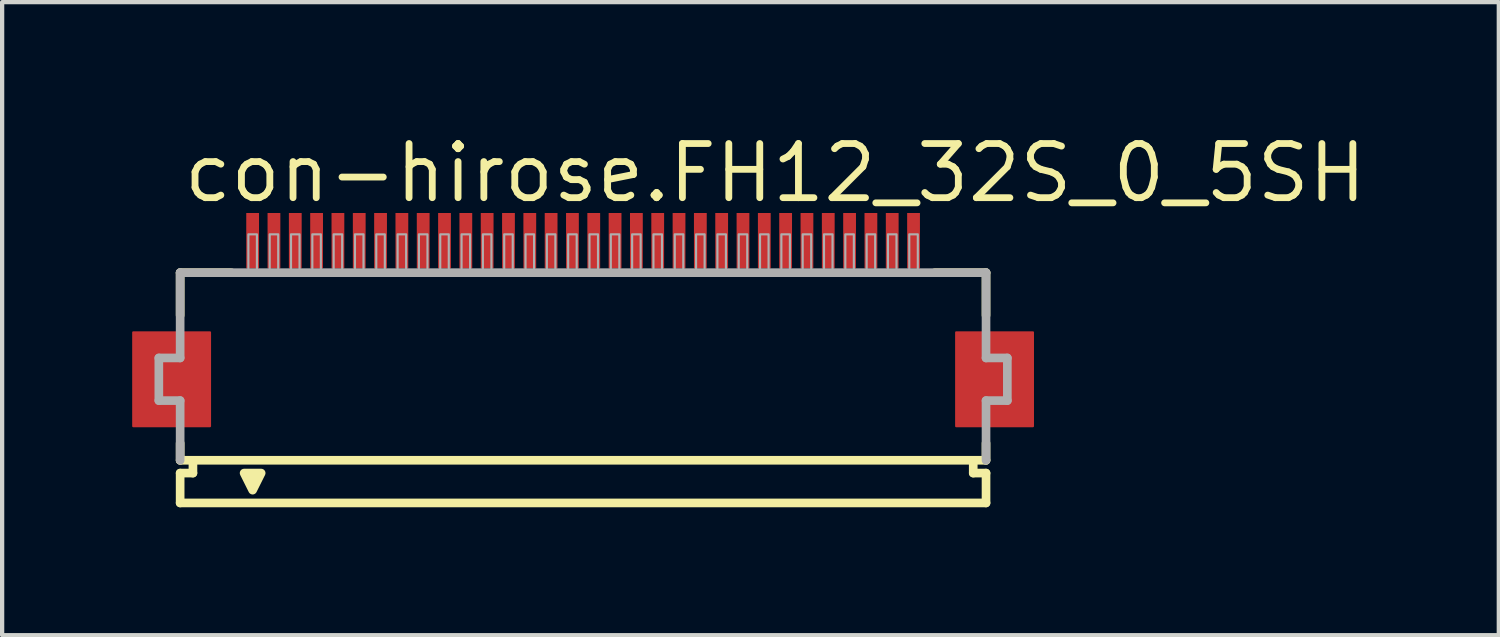
<source format=kicad_pcb>
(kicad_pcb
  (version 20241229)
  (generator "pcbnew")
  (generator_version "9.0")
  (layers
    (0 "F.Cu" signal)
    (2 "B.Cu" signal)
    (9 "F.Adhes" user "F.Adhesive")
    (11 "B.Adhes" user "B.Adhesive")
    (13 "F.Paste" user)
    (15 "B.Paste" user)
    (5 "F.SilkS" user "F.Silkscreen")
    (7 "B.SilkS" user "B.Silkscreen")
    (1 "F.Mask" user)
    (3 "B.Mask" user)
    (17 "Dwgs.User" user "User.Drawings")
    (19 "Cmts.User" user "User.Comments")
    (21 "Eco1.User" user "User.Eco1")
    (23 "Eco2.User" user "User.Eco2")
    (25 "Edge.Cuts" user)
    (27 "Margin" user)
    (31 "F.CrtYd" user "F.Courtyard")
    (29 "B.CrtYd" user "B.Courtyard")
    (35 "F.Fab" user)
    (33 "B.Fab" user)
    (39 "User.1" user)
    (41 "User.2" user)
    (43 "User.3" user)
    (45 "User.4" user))
  (footprint "con-hirose.FH12_32S_0_5SH"
    (layer "F.Cu")
    (at 10.625 5.845)
    (property "Reference" "con-hirose.FH12_32S_0_5SH" (at -9.448 -4.095 0) (layer "F.SilkS") (effects (font (size 1.27 1.27) (thickness 0.16)) (justify left bottom)))
    (attr smd)
    (fp_rect (start -10.55 1.1) (end -8.75 -1.1) (stroke (width 0.05) (type default)) (fill yes) (layer "F.Cu"))
    (fp_rect (start 8.75 1.1) (end 10.55 -1.1) (stroke (width 0.05) (type default)) (fill yes) (layer "F.Cu"))
    (fp_rect (start -10.6 1.175) (end -8.7 -1.175) (stroke (width 0.05) (type default)) (fill yes) (layer "F.Mask"))
    (fp_rect (start -7.95 -2.55) (end -7.55 -3.95) (stroke (width 0.05) (type default)) (fill yes) (layer "F.Mask"))
    (fp_rect (start -7.45 -2.55) (end -7.05 -3.95) (stroke (width 0.05) (type default)) (fill yes) (layer "F.Mask"))
    (fp_rect (start -6.95 -2.55) (end -6.55 -3.95) (stroke (width 0.05) (type default)) (fill yes) (layer "F.Mask"))
    (fp_rect (start -6.45 -2.55) (end -6.05 -3.95) (stroke (width 0.05) (type default)) (fill yes) (layer "F.Mask"))
    (fp_rect (start -5.95 -2.55) (end -5.55 -3.95) (stroke (width 0.05) (type default)) (fill yes) (layer "F.Mask"))
    (fp_rect (start -5.45 -2.55) (end -5.05 -3.95) (stroke (width 0.05) (type default)) (fill yes) (layer "F.Mask"))
    (fp_rect (start -4.95 -2.55) (end -4.55 -3.95) (stroke (width 0.05) (type default)) (fill yes) (layer "F.Mask"))
    (fp_rect (start -4.45 -2.55) (end -4.05 -3.95) (stroke (width 0.05) (type default)) (fill yes) (layer "F.Mask"))
    (fp_rect (start -3.95 -2.55) (end -3.55 -3.95) (stroke (width 0.05) (type default)) (fill yes) (layer "F.Mask"))
    (fp_rect (start -3.45 -2.55) (end -3.05 -3.95) (stroke (width 0.05) (type default)) (fill yes) (layer "F.Mask"))
    (fp_rect (start -2.95 -2.55) (end -2.55 -3.95) (stroke (width 0.05) (type default)) (fill yes) (layer "F.Mask"))
    (fp_rect (start -2.45 -2.55) (end -2.05 -3.95) (stroke (width 0.05) (type default)) (fill yes) (layer "F.Mask"))
    (fp_rect (start -1.95 -2.55) (end -1.55 -3.95) (stroke (width 0.05) (type default)) (fill yes) (layer "F.Mask"))
    (fp_rect (start -1.45 -2.55) (end -1.05 -3.95) (stroke (width 0.05) (type default)) (fill yes) (layer "F.Mask"))
    (fp_rect (start -0.95 -2.55) (end -0.55 -3.95) (stroke (width 0.05) (type default)) (fill yes) (layer "F.Mask"))
    (fp_rect (start -0.45 -2.55) (end -0.05 -3.95) (stroke (width 0.05) (type default)) (fill yes) (layer "F.Mask"))
    (fp_rect (start 0.05 -2.55) (end 0.45 -3.95) (stroke (width 0.05) (type default)) (fill yes) (layer "F.Mask"))
    (fp_rect (start 0.55 -2.55) (end 0.95 -3.95) (stroke (width 0.05) (type default)) (fill yes) (layer "F.Mask"))
    (fp_rect (start 1.05 -2.55) (end 1.45 -3.95) (stroke (width 0.05) (type default)) (fill yes) (layer "F.Mask"))
    (fp_rect (start 1.55 -2.55) (end 1.95 -3.95) (stroke (width 0.05) (type default)) (fill yes) (layer "F.Mask"))
    (fp_rect (start 2.05 -2.55) (end 2.45 -3.95) (stroke (width 0.05) (type default)) (fill yes) (layer "F.Mask"))
    (fp_rect (start 2.55 -2.55) (end 2.95 -3.95) (stroke (width 0.05) (type default)) (fill yes) (layer "F.Mask"))
    (fp_rect (start 3.05 -2.55) (end 3.45 -3.95) (stroke (width 0.05) (type default)) (fill yes) (layer "F.Mask"))
    (fp_rect (start 3.55 -2.55) (end 3.95 -3.95) (stroke (width 0.05) (type default)) (fill yes) (layer "F.Mask"))
    (fp_rect (start 4.05 -2.55) (end 4.45 -3.95) (stroke (width 0.05) (type default)) (fill yes) (layer "F.Mask"))
    (fp_rect (start 4.55 -2.55) (end 4.95 -3.95) (stroke (width 0.05) (type default)) (fill yes) (layer "F.Mask"))
    (fp_rect (start 5.05 -2.55) (end 5.45 -3.95) (stroke (width 0.05) (type default)) (fill yes) (layer "F.Mask"))
    (fp_rect (start 5.55 -2.55) (end 5.95 -3.95) (stroke (width 0.05) (type default)) (fill yes) (layer "F.Mask"))
    (fp_rect (start 6.05 -2.55) (end 6.45 -3.95) (stroke (width 0.05) (type default)) (fill yes) (layer "F.Mask"))
    (fp_rect (start 6.55 -2.55) (end 6.95 -3.95) (stroke (width 0.05) (type default)) (fill yes) (layer "F.Mask"))
    (fp_rect (start 7.05 -2.55) (end 7.45 -3.95) (stroke (width 0.05) (type default)) (fill yes) (layer "F.Mask"))
    (fp_rect (start 7.55 -2.55) (end 7.95 -3.95) (stroke (width 0.05) (type default)) (fill yes) (layer "F.Mask"))
    (fp_rect (start 8.7 1.175) (end 10.6 -1.175) (stroke (width 0.05) (type default)) (fill yes) (layer "F.Mask"))
    (fp_line (start -9.45 -2.5) (end -9.45 -1.5) (stroke (width 0.203) (type default)) (layer "F.SilkS"))
    (fp_line (start -9.45 1.5) (end -9.45 1.9) (stroke (width 0.203) (type default)) (layer "F.SilkS"))
    (fp_line (start -9.45 1.9) (end -9.15 1.9) (stroke (width 0.203) (type default)) (layer "F.SilkS"))
    (fp_line (start -9.45 2.2) (end -9.45 2.9) (stroke (width 0.203) (type default)) (layer "F.SilkS"))
    (fp_line (start -9.15 1.9) (end -9.15 2.2) (stroke (width 0.203) (type default)) (layer "F.SilkS"))
    (fp_line (start -9.15 2.2) (end -9.45 2.2) (stroke (width 0.203) (type default)) (layer "F.SilkS"))
    (fp_line (start -8.25 -2.5) (end -9.45 -2.5) (stroke (width 0.203) (type default)) (layer "F.SilkS"))
    (fp_line (start 9.15 1.9) (end -9.15 1.9) (stroke (width 0.203) (type default)) (layer "F.SilkS"))
    (fp_line (start 9.15 1.9) (end 9.45 1.9) (stroke (width 0.203) (type default)) (layer "F.SilkS"))
    (fp_line (start 9.15 2.2) (end 9.15 1.9) (stroke (width 0.203) (type default)) (layer "F.SilkS"))
    (fp_line (start 9.45 -2.5) (end 8.25 -2.5) (stroke (width 0.203) (type default)) (layer "F.SilkS"))
    (fp_line (start 9.45 -1.5) (end 9.45 -2.5) (stroke (width 0.203) (type default)) (layer "F.SilkS"))
    (fp_line (start 9.45 1.9) (end 9.45 1.5) (stroke (width 0.203) (type default)) (layer "F.SilkS"))
    (fp_line (start 9.45 2.2) (end 9.15 2.2) (stroke (width 0.203) (type default)) (layer "F.SilkS"))
    (fp_line (start 9.45 2.9) (end -9.45 2.9) (stroke (width 0.203) (type default)) (layer "F.SilkS"))
    (fp_line (start 9.45 2.9) (end 9.45 2.2) (stroke (width 0.203) (type default)) (layer "F.SilkS"))
    (fp_poly (pts (xy -7.95 2.2) (xy -7.75 2.6) (xy -7.55 2.2)) (stroke (width 0.203) (type default)) (fill yes) (layer "F.SilkS"))
    (fp_rect (start -10.475 1.025) (end -8.825 -1.025) (stroke (width 0.05) (type default)) (fill yes) (layer "F.Paste"))
    (fp_rect (start -7.875 -2.625) (end -7.625 -3.875) (stroke (width 0.05) (type default)) (fill yes) (layer "F.Paste"))
    (fp_rect (start -7.375 -2.625) (end -7.125 -3.875) (stroke (width 0.05) (type default)) (fill yes) (layer "F.Paste"))
    (fp_rect (start -6.875 -2.625) (end -6.625 -3.875) (stroke (width 0.05) (type default)) (fill yes) (layer "F.Paste"))
    (fp_rect (start -6.375 -2.625) (end -6.125 -3.875) (stroke (width 0.05) (type default)) (fill yes) (layer "F.Paste"))
    (fp_rect (start -5.875 -2.625) (end -5.625 -3.875) (stroke (width 0.05) (type default)) (fill yes) (layer "F.Paste"))
    (fp_rect (start -5.375 -2.625) (end -5.125 -3.875) (stroke (width 0.05) (type default)) (fill yes) (layer "F.Paste"))
    (fp_rect (start -4.875 -2.625) (end -4.625 -3.875) (stroke (width 0.05) (type default)) (fill yes) (layer "F.Paste"))
    (fp_rect (start -4.375 -2.625) (end -4.125 -3.875) (stroke (width 0.05) (type default)) (fill yes) (layer "F.Paste"))
    (fp_rect (start -3.875 -2.625) (end -3.625 -3.875) (stroke (width 0.05) (type default)) (fill yes) (layer "F.Paste"))
    (fp_rect (start -3.375 -2.625) (end -3.125 -3.875) (stroke (width 0.05) (type default)) (fill yes) (layer "F.Paste"))
    (fp_rect (start -2.875 -2.625) (end -2.625 -3.875) (stroke (width 0.05) (type default)) (fill yes) (layer "F.Paste"))
    (fp_rect (start -2.375 -2.625) (end -2.125 -3.875) (stroke (width 0.05) (type default)) (fill yes) (layer "F.Paste"))
    (fp_rect (start -1.875 -2.625) (end -1.625 -3.875) (stroke (width 0.05) (type default)) (fill yes) (layer "F.Paste"))
    (fp_rect (start -1.375 -2.625) (end -1.125 -3.875) (stroke (width 0.05) (type default)) (fill yes) (layer "F.Paste"))
    (fp_rect (start -0.875 -2.625) (end -0.625 -3.875) (stroke (width 0.05) (type default)) (fill yes) (layer "F.Paste"))
    (fp_rect (start -0.375 -2.625) (end -0.125 -3.875) (stroke (width 0.05) (type default)) (fill yes) (layer "F.Paste"))
    (fp_rect (start 0.125 -2.625) (end 0.375 -3.875) (stroke (width 0.05) (type default)) (fill yes) (layer "F.Paste"))
    (fp_rect (start 0.625 -2.625) (end 0.875 -3.875) (stroke (width 0.05) (type default)) (fill yes) (layer "F.Paste"))
    (fp_rect (start 1.125 -2.625) (end 1.375 -3.875) (stroke (width 0.05) (type default)) (fill yes) (layer "F.Paste"))
    (fp_rect (start 1.625 -2.625) (end 1.875 -3.875) (stroke (width 0.05) (type default)) (fill yes) (layer "F.Paste"))
    (fp_rect (start 2.125 -2.625) (end 2.375 -3.875) (stroke (width 0.05) (type default)) (fill yes) (layer "F.Paste"))
    (fp_rect (start 2.625 -2.625) (end 2.875 -3.875) (stroke (width 0.05) (type default)) (fill yes) (layer "F.Paste"))
    (fp_rect (start 3.125 -2.625) (end 3.375 -3.875) (stroke (width 0.05) (type default)) (fill yes) (layer "F.Paste"))
    (fp_rect (start 3.625 -2.625) (end 3.875 -3.875) (stroke (width 0.05) (type default)) (fill yes) (layer "F.Paste"))
    (fp_rect (start 4.125 -2.625) (end 4.375 -3.875) (stroke (width 0.05) (type default)) (fill yes) (layer "F.Paste"))
    (fp_rect (start 4.625 -2.625) (end 4.875 -3.875) (stroke (width 0.05) (type default)) (fill yes) (layer "F.Paste"))
    (fp_rect (start 5.125 -2.625) (end 5.375 -3.875) (stroke (width 0.05) (type default)) (fill yes) (layer "F.Paste"))
    (fp_rect (start 5.625 -2.625) (end 5.875 -3.875) (stroke (width 0.05) (type default)) (fill yes) (layer "F.Paste"))
    (fp_rect (start 6.125 -2.625) (end 6.375 -3.875) (stroke (width 0.05) (type default)) (fill yes) (layer "F.Paste"))
    (fp_rect (start 6.625 -2.625) (end 6.875 -3.875) (stroke (width 0.05) (type default)) (fill yes) (layer "F.Paste"))
    (fp_rect (start 7.125 -2.625) (end 7.375 -3.875) (stroke (width 0.05) (type default)) (fill yes) (layer "F.Paste"))
    (fp_rect (start 7.625 -2.625) (end 7.875 -3.875) (stroke (width 0.05) (type default)) (fill yes) (layer "F.Paste"))
    (fp_rect (start 8.825 1.025) (end 10.475 -1.025) (stroke (width 0.05) (type default)) (fill yes) (layer "F.Paste"))
    (fp_line (start -9.95 -0.5) (end -9.95 0.5) (stroke (width 0.203) (type default)) (layer "F.Fab"))
    (fp_line (start -9.95 0.5) (end -9.45 0.5) (stroke (width 0.203) (type default)) (layer "F.Fab"))
    (fp_line (start -9.45 -2.5) (end -9.45 -0.5) (stroke (width 0.203) (type default)) (layer "F.Fab"))
    (fp_line (start -9.45 -0.5) (end -9.95 -0.5) (stroke (width 0.203) (type default)) (layer "F.Fab"))
    (fp_line (start -9.45 0.5) (end -9.45 1.9) (stroke (width 0.203) (type default)) (layer "F.Fab"))
    (fp_line (start 9.45 -2.5) (end -9.45 -2.5) (stroke (width 0.203) (type default)) (layer "F.Fab"))
    (fp_line (start 9.45 -0.5) (end 9.45 -2.5) (stroke (width 0.203) (type default)) (layer "F.Fab"))
    (fp_line (start 9.45 0.5) (end 9.95 0.5) (stroke (width 0.203) (type default)) (layer "F.Fab"))
    (fp_line (start 9.45 1.9) (end 9.45 0.5) (stroke (width 0.203) (type default)) (layer "F.Fab"))
    (fp_line (start 9.95 -0.5) (end 9.45 -0.5) (stroke (width 0.203) (type default)) (layer "F.Fab"))
    (fp_line (start 9.95 0.5) (end 9.95 -0.5) (stroke (width 0.203) (type default)) (layer "F.Fab"))
    (fp_rect (start -7.85 -2.55) (end -7.65 -3.4) (stroke (width 0.05) (type default)) (fill no) (layer "F.Fab"))
    (fp_rect (start -7.35 -2.55) (end -7.15 -3.4) (stroke (width 0.05) (type default)) (fill no) (layer "F.Fab"))
    (fp_rect (start -6.85 -2.55) (end -6.65 -3.4) (stroke (width 0.05) (type default)) (fill no) (layer "F.Fab"))
    (fp_rect (start -6.35 -2.55) (end -6.15 -3.4) (stroke (width 0.05) (type default)) (fill no) (layer "F.Fab"))
    (fp_rect (start -5.85 -2.55) (end -5.65 -3.4) (stroke (width 0.05) (type default)) (fill no) (layer "F.Fab"))
    (fp_rect (start -5.35 -2.55) (end -5.15 -3.4) (stroke (width 0.05) (type default)) (fill no) (layer "F.Fab"))
    (fp_rect (start -4.85 -2.55) (end -4.65 -3.4) (stroke (width 0.05) (type default)) (fill no) (layer "F.Fab"))
    (fp_rect (start -4.35 -2.55) (end -4.15 -3.4) (stroke (width 0.05) (type default)) (fill no) (layer "F.Fab"))
    (fp_rect (start -3.85 -2.55) (end -3.65 -3.4) (stroke (width 0.05) (type default)) (fill no) (layer "F.Fab"))
    (fp_rect (start -3.35 -2.55) (end -3.15 -3.4) (stroke (width 0.05) (type default)) (fill no) (layer "F.Fab"))
    (fp_rect (start -2.85 -2.55) (end -2.65 -3.4) (stroke (width 0.05) (type default)) (fill no) (layer "F.Fab"))
    (fp_rect (start -2.35 -2.55) (end -2.15 -3.4) (stroke (width 0.05) (type default)) (fill no) (layer "F.Fab"))
    (fp_rect (start -1.85 -2.55) (end -1.65 -3.4) (stroke (width 0.05) (type default)) (fill no) (layer "F.Fab"))
    (fp_rect (start -1.35 -2.55) (end -1.15 -3.4) (stroke (width 0.05) (type default)) (fill no) (layer "F.Fab"))
    (fp_rect (start -0.85 -2.55) (end -0.65 -3.4) (stroke (width 0.05) (type default)) (fill no) (layer "F.Fab"))
    (fp_rect (start -0.35 -2.55) (end -0.15 -3.4) (stroke (width 0.05) (type default)) (fill no) (layer "F.Fab"))
    (fp_rect (start 0.15 -2.55) (end 0.35 -3.4) (stroke (width 0.05) (type default)) (fill no) (layer "F.Fab"))
    (fp_rect (start 0.65 -2.55) (end 0.85 -3.4) (stroke (width 0.05) (type default)) (fill no) (layer "F.Fab"))
    (fp_rect (start 1.15 -2.55) (end 1.35 -3.4) (stroke (width 0.05) (type default)) (fill no) (layer "F.Fab"))
    (fp_rect (start 1.65 -2.55) (end 1.85 -3.4) (stroke (width 0.05) (type default)) (fill no) (layer "F.Fab"))
    (fp_rect (start 2.15 -2.55) (end 2.35 -3.4) (stroke (width 0.05) (type default)) (fill no) (layer "F.Fab"))
    (fp_rect (start 2.65 -2.55) (end 2.85 -3.4) (stroke (width 0.05) (type default)) (fill no) (layer "F.Fab"))
    (fp_rect (start 3.15 -2.55) (end 3.35 -3.4) (stroke (width 0.05) (type default)) (fill no) (layer "F.Fab"))
    (fp_rect (start 3.65 -2.55) (end 3.85 -3.4) (stroke (width 0.05) (type default)) (fill no) (layer "F.Fab"))
    (fp_rect (start 4.15 -2.55) (end 4.35 -3.4) (stroke (width 0.05) (type default)) (fill no) (layer "F.Fab"))
    (fp_rect (start 4.65 -2.55) (end 4.85 -3.4) (stroke (width 0.05) (type default)) (fill no) (layer "F.Fab"))
    (fp_rect (start 5.15 -2.55) (end 5.35 -3.4) (stroke (width 0.05) (type default)) (fill no) (layer "F.Fab"))
    (fp_rect (start 5.65 -2.55) (end 5.85 -3.4) (stroke (width 0.05) (type default)) (fill no) (layer "F.Fab"))
    (fp_rect (start 6.15 -2.55) (end 6.35 -3.4) (stroke (width 0.05) (type default)) (fill no) (layer "F.Fab"))
    (fp_rect (start 6.65 -2.55) (end 6.85 -3.4) (stroke (width 0.05) (type default)) (fill no) (layer "F.Fab"))
    (fp_rect (start 7.15 -2.55) (end 7.35 -3.4) (stroke (width 0.05) (type default)) (fill no) (layer "F.Fab"))
    (fp_rect (start 7.65 -2.55) (end 7.85 -3.4) (stroke (width 0.05) (type default)) (fill no) (layer "F.Fab"))
    (pad "1" smd roundrect (at -7.75 -3.25) (size 0.3 1.3) (layers "F.Cu" "F.Mask" "F.Paste") (roundrect_rratio 0.01))
    (pad "2" smd roundrect (at -7.25 -3.25) (size 0.3 1.3) (layers "F.Cu" "F.Mask" "F.Paste") (roundrect_rratio 0.01))
    (pad "3" smd roundrect (at -6.75 -3.25) (size 0.3 1.3) (layers "F.Cu" "F.Mask" "F.Paste") (roundrect_rratio 0.01))
    (pad "4" smd roundrect (at -6.25 -3.25) (size 0.3 1.3) (layers "F.Cu" "F.Mask" "F.Paste") (roundrect_rratio 0.01))
    (pad "5" smd roundrect (at -5.75 -3.25) (size 0.3 1.3) (layers "F.Cu" "F.Mask" "F.Paste") (roundrect_rratio 0.01))
    (pad "6" smd roundrect (at -5.25 -3.25) (size 0.3 1.3) (layers "F.Cu" "F.Mask" "F.Paste") (roundrect_rratio 0.01))
    (pad "7" smd roundrect (at -4.75 -3.25) (size 0.3 1.3) (layers "F.Cu" "F.Mask" "F.Paste") (roundrect_rratio 0.01))
    (pad "8" smd roundrect (at -4.25 -3.25) (size 0.3 1.3) (layers "F.Cu" "F.Mask" "F.Paste") (roundrect_rratio 0.01))
    (pad "9" smd roundrect (at -3.75 -3.25) (size 0.3 1.3) (layers "F.Cu" "F.Mask" "F.Paste") (roundrect_rratio 0.01))
    (pad "10" smd roundrect (at -3.25 -3.25) (size 0.3 1.3) (layers "F.Cu" "F.Mask" "F.Paste") (roundrect_rratio 0.01))
    (pad "11" smd roundrect (at -2.75 -3.25) (size 0.3 1.3) (layers "F.Cu" "F.Mask" "F.Paste") (roundrect_rratio 0.01))
    (pad "12" smd roundrect (at -2.25 -3.25) (size 0.3 1.3) (layers "F.Cu" "F.Mask" "F.Paste") (roundrect_rratio 0.01))
    (pad "13" smd roundrect (at -1.75 -3.25) (size 0.3 1.3) (layers "F.Cu" "F.Mask" "F.Paste") (roundrect_rratio 0.01))
    (pad "14" smd roundrect (at -1.25 -3.25) (size 0.3 1.3) (layers "F.Cu" "F.Mask" "F.Paste") (roundrect_rratio 0.01))
    (pad "15" smd roundrect (at -0.75 -3.25) (size 0.3 1.3) (layers "F.Cu" "F.Mask" "F.Paste") (roundrect_rratio 0.01))
    (pad "16" smd roundrect (at -0.25 -3.25) (size 0.3 1.3) (layers "F.Cu" "F.Mask" "F.Paste") (roundrect_rratio 0.01))
    (pad "17" smd roundrect (at 0.25 -3.25) (size 0.3 1.3) (layers "F.Cu" "F.Mask" "F.Paste") (roundrect_rratio 0.01))
    (pad "18" smd roundrect (at 0.75 -3.25) (size 0.3 1.3) (layers "F.Cu" "F.Mask" "F.Paste") (roundrect_rratio 0.01))
    (pad "19" smd roundrect (at 1.25 -3.25) (size 0.3 1.3) (layers "F.Cu" "F.Mask" "F.Paste") (roundrect_rratio 0.01))
    (pad "20" smd roundrect (at 1.75 -3.25) (size 0.3 1.3) (layers "F.Cu" "F.Mask" "F.Paste") (roundrect_rratio 0.01))
    (pad "21" smd roundrect (at 2.25 -3.25) (size 0.3 1.3) (layers "F.Cu" "F.Mask" "F.Paste") (roundrect_rratio 0.01))
    (pad "22" smd roundrect (at 2.75 -3.25) (size 0.3 1.3) (layers "F.Cu" "F.Mask" "F.Paste") (roundrect_rratio 0.01))
    (pad "23" smd roundrect (at 3.25 -3.25) (size 0.3 1.3) (layers "F.Cu" "F.Mask" "F.Paste") (roundrect_rratio 0.01))
    (pad "24" smd roundrect (at 3.75 -3.25) (size 0.3 1.3) (layers "F.Cu" "F.Mask" "F.Paste") (roundrect_rratio 0.01))
    (pad "25" smd roundrect (at 4.25 -3.25) (size 0.3 1.3) (layers "F.Cu" "F.Mask" "F.Paste") (roundrect_rratio 0.01))
    (pad "26" smd roundrect (at 4.75 -3.25) (size 0.3 1.3) (layers "F.Cu" "F.Mask" "F.Paste") (roundrect_rratio 0.01))
    (pad "27" smd roundrect (at 5.25 -3.25) (size 0.3 1.3) (layers "F.Cu" "F.Mask" "F.Paste") (roundrect_rratio 0.01))
    (pad "28" smd roundrect (at 5.75 -3.25) (size 0.3 1.3) (layers "F.Cu" "F.Mask" "F.Paste") (roundrect_rratio 0.01))
    (pad "29" smd roundrect (at 6.25 -3.25) (size 0.3 1.3) (layers "F.Cu" "F.Mask" "F.Paste") (roundrect_rratio 0.01))
    (pad "30" smd roundrect (at 6.75 -3.25) (size 0.3 1.3) (layers "F.Cu" "F.Mask" "F.Paste") (roundrect_rratio 0.01))
    (pad "31" smd roundrect (at 7.25 -3.25) (size 0.3 1.3) (layers "F.Cu" "F.Mask" "F.Paste") (roundrect_rratio 0.01))
    (pad "32" smd roundrect (at 7.75 -3.25) (size 0.3 1.3) (layers "F.Cu" "F.Mask" "F.Paste") (roundrect_rratio 0.01)))
  (gr_rect
    (start -3 -3)
    (end 32.101 11.847)
    (stroke (width 0.1) (type default))
    (fill no)
    (layer "Edge.Cuts")))
</source>
